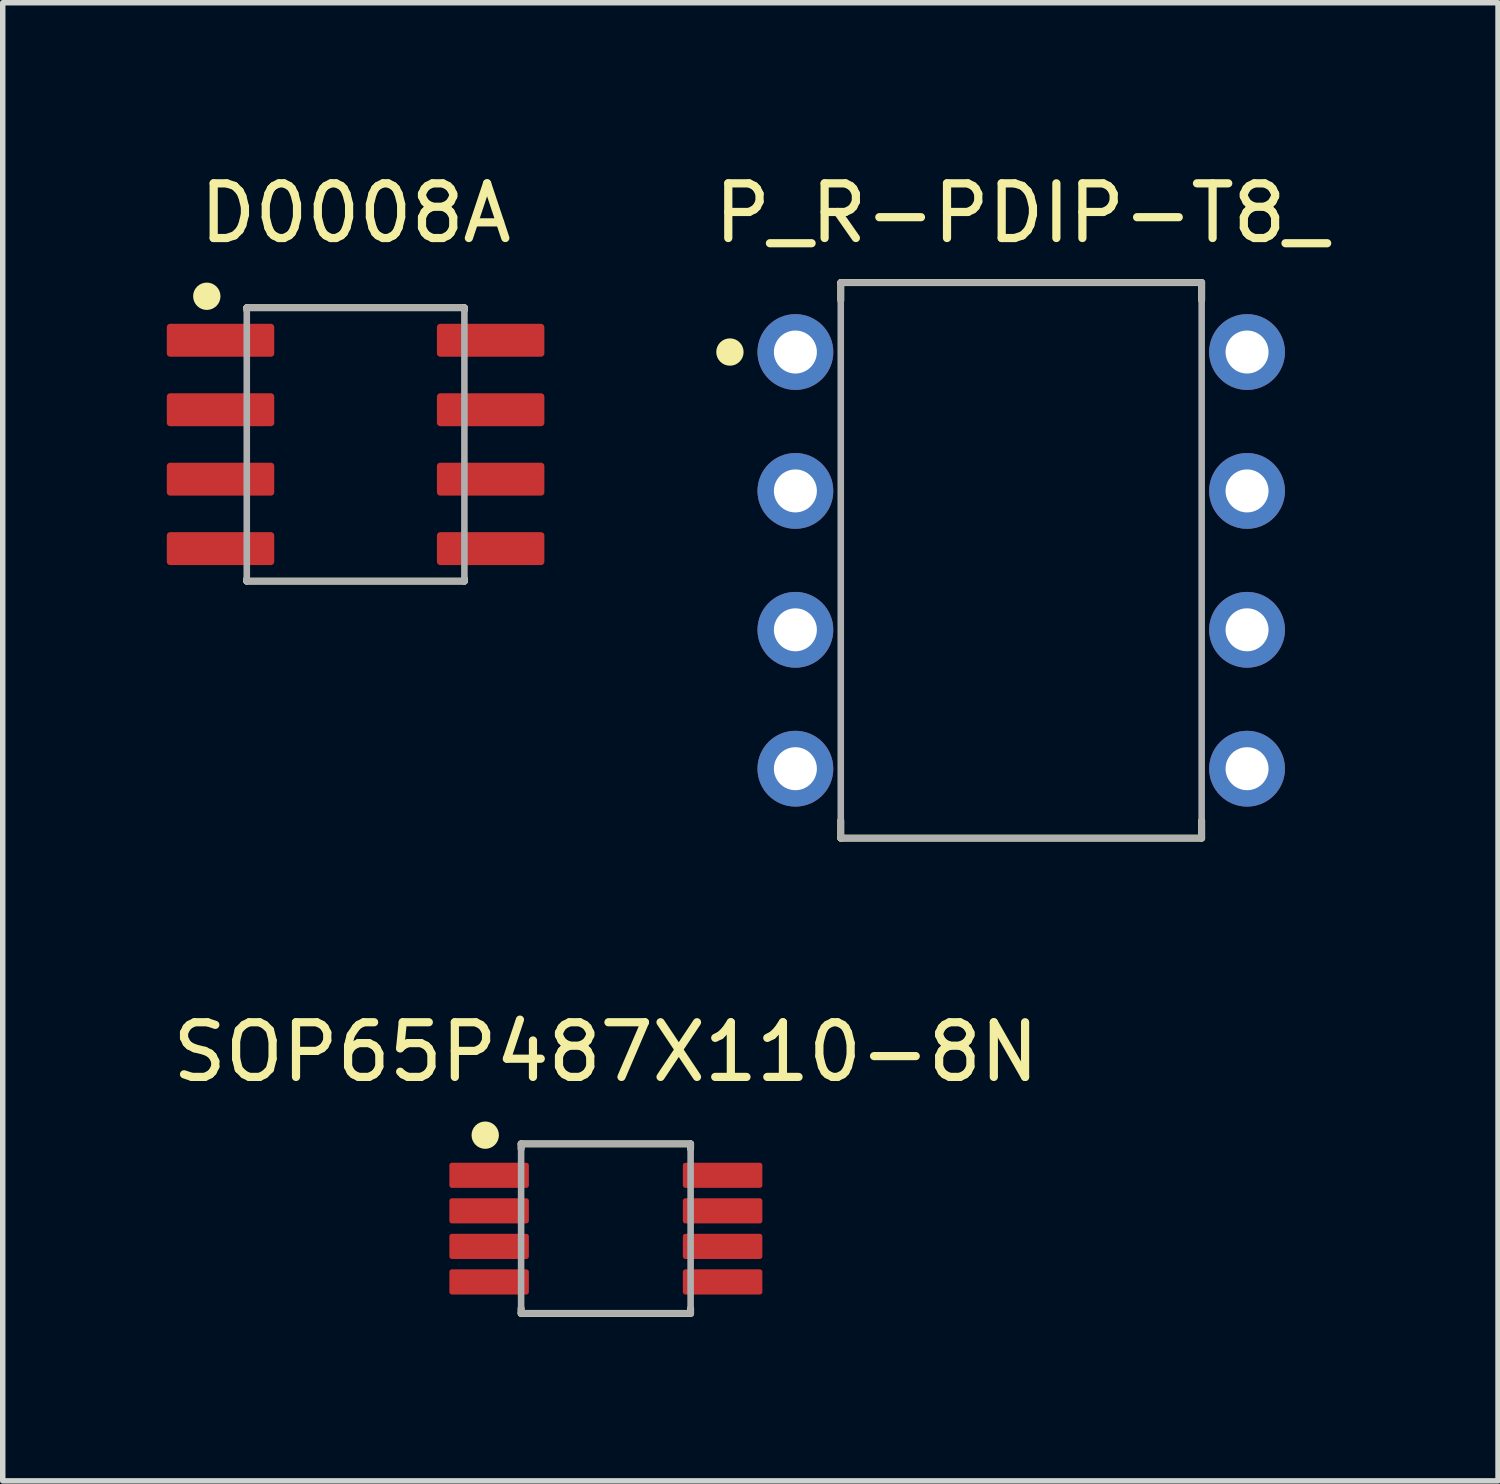
<source format=kicad_pcb>
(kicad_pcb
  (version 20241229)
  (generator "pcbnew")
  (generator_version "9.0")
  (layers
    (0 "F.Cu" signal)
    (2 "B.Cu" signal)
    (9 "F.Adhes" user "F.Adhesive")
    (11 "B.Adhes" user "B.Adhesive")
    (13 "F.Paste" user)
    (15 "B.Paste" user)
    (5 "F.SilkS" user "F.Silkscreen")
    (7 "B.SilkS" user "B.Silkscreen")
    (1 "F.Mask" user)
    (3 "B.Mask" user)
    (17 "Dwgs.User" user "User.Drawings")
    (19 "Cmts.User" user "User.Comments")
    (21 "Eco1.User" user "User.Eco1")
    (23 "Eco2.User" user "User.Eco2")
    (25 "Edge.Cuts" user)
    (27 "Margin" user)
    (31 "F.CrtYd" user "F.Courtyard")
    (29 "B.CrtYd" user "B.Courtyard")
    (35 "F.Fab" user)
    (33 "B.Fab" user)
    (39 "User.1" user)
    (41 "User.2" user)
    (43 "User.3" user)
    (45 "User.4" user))
  (footprint "D0008A"
    (layer "F.Cu")
    (at 3.453 5.078)
    (property "Reference" "D0008A" (at 0 -4.23 0) (layer "F.SilkS") (effects (font (size 1 1) (thickness 0.15))))
    (attr smd)
    (fp_line (start -1.99 -2.5) (end 1.99 -2.5) (stroke (width 0.127) (type solid)) (layer "F.SilkS"))
    (fp_line (start -1.99 -2.46) (end -1.99 -2.5) (stroke (width 0.127) (type solid)) (layer "F.SilkS"))
    (fp_line (start -1.99 2.46) (end -1.99 2.5) (stroke (width 0.127) (type solid)) (layer "F.SilkS"))
    (fp_line (start -1.99 2.5) (end 1.99 2.5) (stroke (width 0.127) (type solid)) (layer "F.SilkS"))
    (fp_line (start 1.99 -2.5) (end 1.99 -2.46) (stroke (width 0.127) (type solid)) (layer "F.SilkS"))
    (fp_line (start 1.99 2.5) (end 1.99 2.46) (stroke (width 0.127) (type solid)) (layer "F.SilkS"))
    (fp_circle (center -2.721 -2.71) (end -2.471 -2.71) (stroke (width 0) (type solid)) (fill yes) (layer "F.SilkS"))
    (fp_line (start -1.99 -2.5) (end 1.99 -2.5) (stroke (width 0.12) (type solid)) (layer "F.Fab"))
    (fp_line (start -1.99 2.5) (end -1.99 -2.5) (stroke (width 0.12) (type solid)) (layer "F.Fab"))
    (fp_line (start 1.99 -2.5) (end 1.99 2.5) (stroke (width 0.12) (type solid)) (layer "F.Fab"))
    (fp_line (start 1.99 2.5) (end -1.99 2.5) (stroke (width 0.12) (type solid)) (layer "F.Fab"))
    (pad "1" smd roundrect (at -2.47 -1.905) (size 1.965 0.602) (layers "F.Cu" "F.Mask" "F.Paste") (roundrect_rratio 0.1))
    (pad "2" smd roundrect (at -2.47 -0.635) (size 1.965 0.602) (layers "F.Cu" "F.Mask" "F.Paste") (roundrect_rratio 0.1))
    (pad "3" smd roundrect (at -2.47 0.635) (size 1.965 0.602) (layers "F.Cu" "F.Mask" "F.Paste") (roundrect_rratio 0.1))
    (pad "4" smd roundrect (at -2.47 1.905) (size 1.965 0.602) (layers "F.Cu" "F.Mask" "F.Paste") (roundrect_rratio 0.1))
    (pad "5" smd roundrect (at 2.47 1.905) (size 1.965 0.602) (layers "F.Cu" "F.Mask" "F.Paste") (roundrect_rratio 0.1))
    (pad "6" smd roundrect (at 2.47 0.635) (size 1.965 0.602) (layers "F.Cu" "F.Mask" "F.Paste") (roundrect_rratio 0.1))
    (pad "7" smd roundrect (at 2.47 -0.635) (size 1.965 0.602) (layers "F.Cu" "F.Mask" "F.Paste") (roundrect_rratio 0.1))
    (pad "8" smd roundrect (at 2.47 -1.905) (size 1.965 0.602) (layers "F.Cu" "F.Mask" "F.Paste") (roundrect_rratio 0.1)))
  (footprint "SOP65P487X110-8N"
    (layer "F.Cu")
    (at 8.03 19.419)
    (property "Reference" "SOP65P487X110-8N" (at 0 -3.229 0) (layer "F.SilkS") (effects (font (size 1 1) (thickness 0.15))))
    (attr smd)
    (fp_line (start -1.55 -1.55) (end 1.55 -1.55) (stroke (width 0.127) (type solid)) (layer "F.SilkS"))
    (fp_line (start -1.55 -1.459) (end -1.55 -1.55) (stroke (width 0.127) (type solid)) (layer "F.SilkS"))
    (fp_line (start -1.55 1.459) (end -1.55 1.55) (stroke (width 0.127) (type solid)) (layer "F.SilkS"))
    (fp_line (start -1.55 1.55) (end 1.55 1.55) (stroke (width 0.127) (type solid)) (layer "F.SilkS"))
    (fp_line (start 1.55 -1.55) (end 1.55 -1.459) (stroke (width 0.127) (type solid)) (layer "F.SilkS"))
    (fp_line (start 1.55 1.55) (end 1.55 1.459) (stroke (width 0.127) (type solid)) (layer "F.SilkS"))
    (fp_circle (center -2.206 -1.709) (end -1.956 -1.709) (stroke (width 0) (type solid)) (fill yes) (layer "F.SilkS"))
    (fp_line (start -1.55 -1.55) (end 1.55 -1.55) (stroke (width 0.12) (type solid)) (layer "F.Fab"))
    (fp_line (start -1.55 1.55) (end -1.55 -1.55) (stroke (width 0.12) (type solid)) (layer "F.Fab"))
    (fp_line (start 1.55 -1.55) (end 1.55 1.55) (stroke (width 0.12) (type solid)) (layer "F.Fab"))
    (fp_line (start 1.55 1.55) (end -1.55 1.55) (stroke (width 0.12) (type solid)) (layer "F.Fab"))
    (pad "1" smd roundrect (at -2.135 -0.975) (size 1.454 0.46) (layers "F.Cu" "F.Mask" "F.Paste") (roundrect_rratio 0.1))
    (pad "2" smd roundrect (at -2.135 -0.325) (size 1.454 0.46) (layers "F.Cu" "F.Mask" "F.Paste") (roundrect_rratio 0.1))
    (pad "3" smd roundrect (at -2.135 0.325) (size 1.454 0.46) (layers "F.Cu" "F.Mask" "F.Paste") (roundrect_rratio 0.1))
    (pad "4" smd roundrect (at -2.135 0.975) (size 1.454 0.46) (layers "F.Cu" "F.Mask" "F.Paste") (roundrect_rratio 0.1))
    (pad "5" smd roundrect (at 2.135 0.975) (size 1.454 0.46) (layers "F.Cu" "F.Mask" "F.Paste") (roundrect_rratio 0.1))
    (pad "6" smd roundrect (at 2.135 0.325) (size 1.454 0.46) (layers "F.Cu" "F.Mask" "F.Paste") (roundrect_rratio 0.1))
    (pad "7" smd roundrect (at 2.135 -0.325) (size 1.454 0.46) (layers "F.Cu" "F.Mask" "F.Paste") (roundrect_rratio 0.1))
    (pad "8" smd roundrect (at 2.135 -0.975) (size 1.454 0.46) (layers "F.Cu" "F.Mask" "F.Paste") (roundrect_rratio 0.1)))
  (footprint "P_R-PDIP-T8_"
    (layer "F.Cu")
    (at 15.626 7.198)
    (property "Reference" "P_R-PDIP-T8_" (at 0 -6.35 0) (layer "F.SilkS") (effects (font (size 1 1) (thickness 0.15))))
    (attr through_hole)
    (fp_line (start -3.3 -5.08) (end 3.3 -5.08) (stroke (width 0.127) (type solid)) (layer "F.SilkS"))
    (fp_line (start -3.3 -4.757) (end -3.3 -5.08) (stroke (width 0.127) (type solid)) (layer "F.SilkS"))
    (fp_line (start -3.3 4.757) (end -3.3 5.08) (stroke (width 0.127) (type solid)) (layer "F.SilkS"))
    (fp_line (start -3.3 5.08) (end 3.3 5.08) (stroke (width 0.127) (type solid)) (layer "F.SilkS"))
    (fp_line (start 3.3 -5.08) (end 3.3 -4.757) (stroke (width 0.127) (type solid)) (layer "F.SilkS"))
    (fp_line (start 3.3 5.08) (end 3.3 4.757) (stroke (width 0.127) (type solid)) (layer "F.SilkS"))
    (fp_circle (center -5.327 -3.81) (end -5.077 -3.81) (stroke (width 0) (type solid)) (fill yes) (layer "F.SilkS"))
    (fp_line (start -3.3 -5.08) (end 3.3 -5.08) (stroke (width 0.12) (type solid)) (layer "F.Fab"))
    (fp_line (start -3.3 5.08) (end -3.3 -5.08) (stroke (width 0.12) (type solid)) (layer "F.Fab"))
    (fp_line (start 3.3 -5.08) (end 3.3 5.08) (stroke (width 0.12) (type solid)) (layer "F.Fab"))
    (fp_line (start 3.3 5.08) (end -3.3 5.08) (stroke (width 0.12) (type solid)) (layer "F.Fab"))
    (pad "1" thru_hole circle (at -4.13 -3.81) (size 1.386 1.386) (drill 0.786) (layers "*.Cu" "*.Mask"))
    (pad "2" thru_hole circle (at -4.13 -1.27) (size 1.386 1.386) (drill 0.786) (layers "*.Cu" "*.Mask"))
    (pad "3" thru_hole circle (at -4.13 1.27) (size 1.386 1.386) (drill 0.786) (layers "*.Cu" "*.Mask"))
    (pad "4" thru_hole circle (at -4.13 3.81) (size 1.386 1.386) (drill 0.786) (layers "*.Cu" "*.Mask"))
    (pad "5" thru_hole circle (at 4.13 3.81) (size 1.386 1.386) (drill 0.786) (layers "*.Cu" "*.Mask"))
    (pad "6" thru_hole circle (at 4.13 1.27) (size 1.386 1.386) (drill 0.786) (layers "*.Cu" "*.Mask"))
    (pad "7" thru_hole circle (at 4.13 -1.27) (size 1.386 1.386) (drill 0.786) (layers "*.Cu" "*.Mask"))
    (pad "8" thru_hole circle (at 4.13 -3.81) (size 1.386 1.386) (drill 0.786) (layers "*.Cu" "*.Mask")))
  (gr_rect
    (start -3 -3)
    (end 24.346 24.032)
    (stroke (width 0.1) (type default))
    (fill no)
    (layer "Edge.Cuts")))
</source>
